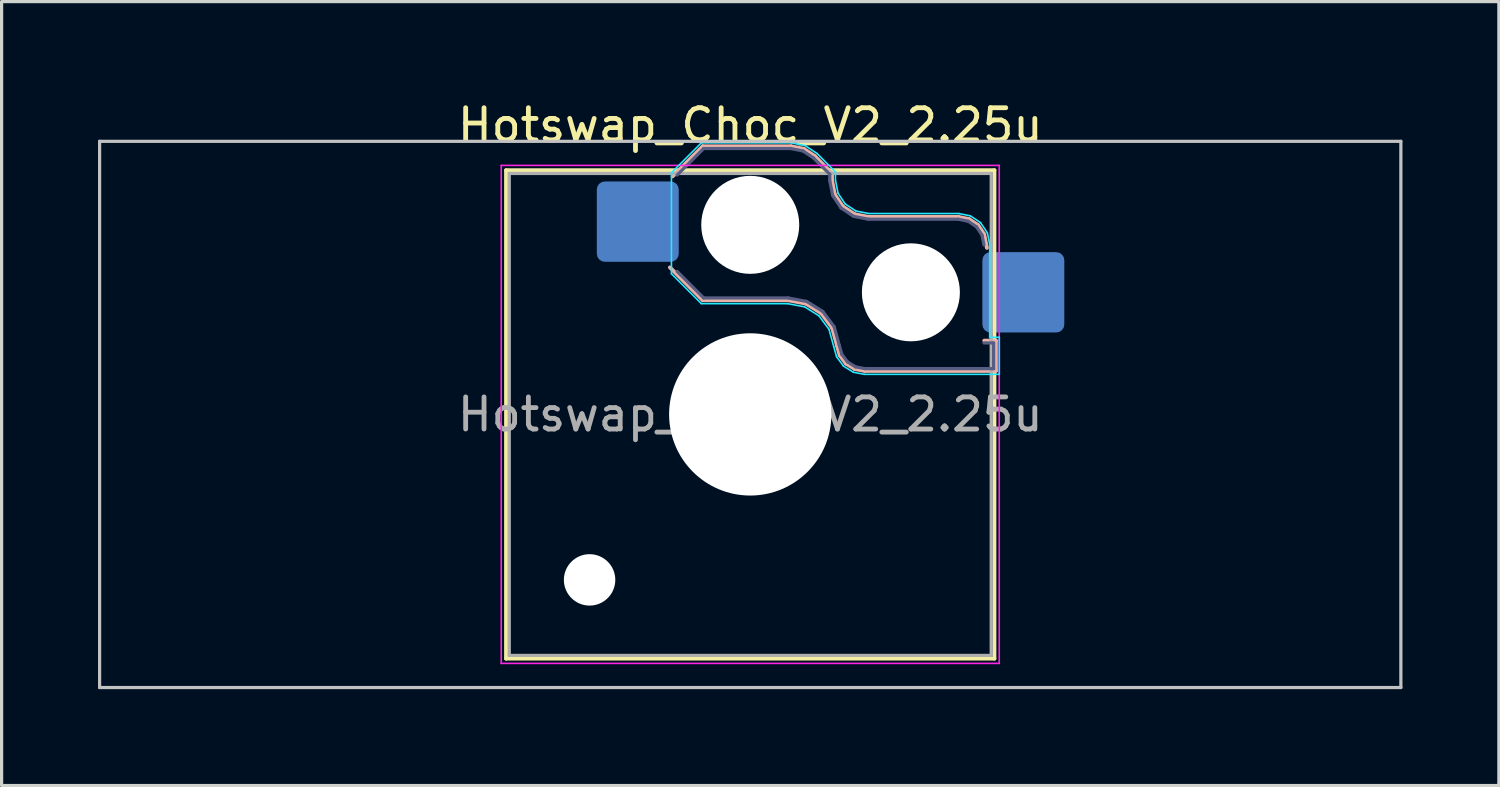
<source format=kicad_pcb>
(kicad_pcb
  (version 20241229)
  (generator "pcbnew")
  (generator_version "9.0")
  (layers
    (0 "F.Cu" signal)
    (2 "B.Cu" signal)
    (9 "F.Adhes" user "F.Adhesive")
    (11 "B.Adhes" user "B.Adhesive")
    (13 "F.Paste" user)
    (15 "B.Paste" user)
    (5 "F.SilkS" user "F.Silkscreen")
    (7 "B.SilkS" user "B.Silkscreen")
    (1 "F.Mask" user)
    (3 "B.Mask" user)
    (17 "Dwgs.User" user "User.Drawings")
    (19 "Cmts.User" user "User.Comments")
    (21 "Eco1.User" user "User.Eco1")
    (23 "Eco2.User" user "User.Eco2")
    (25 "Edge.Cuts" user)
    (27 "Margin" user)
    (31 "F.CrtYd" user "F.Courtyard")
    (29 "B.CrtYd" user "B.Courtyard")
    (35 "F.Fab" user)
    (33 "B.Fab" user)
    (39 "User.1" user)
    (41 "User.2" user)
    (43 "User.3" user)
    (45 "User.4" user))
  (footprint "Hotswap_Choc_V2_2.25u"
    (layer "F.Cu")
    (at 20.3 9.848)
    (property "Reference" "Hotswap_Choc_V2_2.25u" (at 0 -9 0) (layer "F.SilkS") (effects (font (size 1 1) (thickness 0.15))))
    (attr smd)
    (fp_line (start -7.6 -7.6) (end -7.6 7.6) (stroke (width 0.12) (type solid)) (layer "F.SilkS"))
    (fp_line (start -7.6 7.6) (end 7.6 7.6) (stroke (width 0.12) (type solid)) (layer "F.SilkS"))
    (fp_line (start 7.6 -7.6) (end -7.6 -7.6) (stroke (width 0.12) (type solid)) (layer "F.SilkS"))
    (fp_line (start 7.6 7.6) (end 7.6 -7.6) (stroke (width 0.12) (type solid)) (layer "F.SilkS"))
    (fp_line (start -2.416 -7.409) (end -1.479 -8.346) (stroke (width 0.12) (type solid)) (layer "B.SilkS"))
    (fp_line (start -1.479 -8.346) (end 1.268 -8.346) (stroke (width 0.12) (type solid)) (layer "B.SilkS"))
    (fp_line (start -1.479 -3.554) (end -2.5 -4.575) (stroke (width 0.12) (type solid)) (layer "B.SilkS"))
    (fp_line (start 1.168 -3.554) (end -1.479 -3.554) (stroke (width 0.12) (type solid)) (layer "B.SilkS"))
    (fp_line (start 1.268 -8.346) (end 1.671 -8.266) (stroke (width 0.12) (type solid)) (layer "B.SilkS"))
    (fp_line (start 1.671 -8.266) (end 2.013 -8.037) (stroke (width 0.12) (type solid)) (layer "B.SilkS"))
    (fp_line (start 1.73 -3.449) (end 1.168 -3.554) (stroke (width 0.12) (type solid)) (layer "B.SilkS"))
    (fp_line (start 2.013 -8.037) (end 2.546 -7.504) (stroke (width 0.12) (type solid)) (layer "B.SilkS"))
    (fp_line (start 2.209 -3.15) (end 1.73 -3.449) (stroke (width 0.12) (type solid)) (layer "B.SilkS"))
    (fp_line (start 2.546 -7.504) (end 2.546 -7.282) (stroke (width 0.12) (type solid)) (layer "B.SilkS"))
    (fp_line (start 2.546 -7.282) (end 2.633 -6.844) (stroke (width 0.12) (type solid)) (layer "B.SilkS"))
    (fp_line (start 2.547 -2.697) (end 2.209 -3.15) (stroke (width 0.12) (type solid)) (layer "B.SilkS"))
    (fp_line (start 2.633 -6.844) (end 2.877 -6.477) (stroke (width 0.12) (type solid)) (layer "B.SilkS"))
    (fp_line (start 2.701 -2.139) (end 2.547 -2.697) (stroke (width 0.12) (type solid)) (layer "B.SilkS"))
    (fp_line (start 2.783 -1.841) (end 2.701 -2.139) (stroke (width 0.12) (type solid)) (layer "B.SilkS"))
    (fp_line (start 2.877 -6.477) (end 3.244 -6.233) (stroke (width 0.12) (type solid)) (layer "B.SilkS"))
    (fp_line (start 2.976 -1.583) (end 2.783 -1.841) (stroke (width 0.12) (type solid)) (layer "B.SilkS"))
    (fp_line (start 3.244 -6.233) (end 3.682 -6.146) (stroke (width 0.12) (type solid)) (layer "B.SilkS"))
    (fp_line (start 3.25 -1.413) (end 2.976 -1.583) (stroke (width 0.12) (type solid)) (layer "B.SilkS"))
    (fp_line (start 3.56 -1.354) (end 3.25 -1.413) (stroke (width 0.12) (type solid)) (layer "B.SilkS"))
    (fp_line (start 3.682 -6.146) (end 6.482 -6.146) (stroke (width 0.12) (type solid)) (layer "B.SilkS"))
    (fp_line (start 6.482 -6.146) (end 6.809 -6.081) (stroke (width 0.12) (type solid)) (layer "B.SilkS"))
    (fp_line (start 6.809 -6.081) (end 7.092 -5.892) (stroke (width 0.12) (type solid)) (layer "B.SilkS"))
    (fp_line (start 7.092 -5.892) (end 7.281 -5.609) (stroke (width 0.12) (type solid)) (layer "B.SilkS"))
    (fp_line (start 7.281 -5.609) (end 7.366 -5.182) (stroke (width 0.12) (type solid)) (layer "B.SilkS"))
    (fp_line (start 7.283 -2.296) (end 7.646 -2.296) (stroke (width 0.12) (type solid)) (layer "B.SilkS"))
    (fp_line (start 7.646 -2.296) (end 7.646 -1.354) (stroke (width 0.12) (type solid)) (layer "B.SilkS"))
    (fp_line (start 7.646 -1.354) (end 3.56 -1.354) (stroke (width 0.12) (type solid)) (layer "B.SilkS"))
    (fp_line (start -20.25 -8.5) (end -20.25 8.5) (stroke (width 0.1) (type solid)) (layer "Dwgs.User"))
    (fp_line (start -20.25 8.5) (end 20.25 8.5) (stroke (width 0.1) (type solid)) (layer "Dwgs.User"))
    (fp_line (start 20.25 -8.5) (end -20.25 -8.5) (stroke (width 0.1) (type solid)) (layer "Dwgs.User"))
    (fp_line (start 20.25 8.5) (end 20.25 -8.5) (stroke (width 0.1) (type solid)) (layer "Dwgs.User"))
    (fp_line (start -7.25 -7.25) (end -7.25 7.25) (stroke (width 0.1) (type solid)) (layer "Eco1.User"))
    (fp_line (start -7.25 7.25) (end 7.25 7.25) (stroke (width 0.1) (type solid)) (layer "Eco1.User"))
    (fp_line (start 7.25 -7.25) (end -7.25 -7.25) (stroke (width 0.1) (type solid)) (layer "Eco1.User"))
    (fp_line (start 7.25 7.25) (end 7.25 -7.25) (stroke (width 0.1) (type solid)) (layer "Eco1.User"))
    (fp_line (start -2.452 -7.523) (end -1.523 -8.452) (stroke (width 0.05) (type solid)) (layer "B.CrtYd"))
    (fp_line (start -2.452 -4.377) (end -2.452 -7.523) (stroke (width 0.05) (type solid)) (layer "B.CrtYd"))
    (fp_line (start -1.523 -8.452) (end 1.278 -8.452) (stroke (width 0.05) (type solid)) (layer "B.CrtYd"))
    (fp_line (start -1.523 -3.448) (end -2.452 -4.377) (stroke (width 0.05) (type solid)) (layer "B.CrtYd"))
    (fp_line (start 1.159 -3.448) (end -1.523 -3.448) (stroke (width 0.05) (type solid)) (layer "B.CrtYd"))
    (fp_line (start 1.278 -8.452) (end 1.712 -8.366) (stroke (width 0.05) (type solid)) (layer "B.CrtYd"))
    (fp_line (start 1.691 -3.348) (end 1.159 -3.448) (stroke (width 0.05) (type solid)) (layer "B.CrtYd"))
    (fp_line (start 1.712 -8.366) (end 2.081 -8.119) (stroke (width 0.05) (type solid)) (layer "B.CrtYd"))
    (fp_line (start 2.081 -8.119) (end 2.652 -7.548) (stroke (width 0.05) (type solid)) (layer "B.CrtYd"))
    (fp_line (start 2.136 -3.071) (end 1.691 -3.348) (stroke (width 0.05) (type solid)) (layer "B.CrtYd"))
    (fp_line (start 2.45 -2.65) (end 2.136 -3.071) (stroke (width 0.05) (type solid)) (layer "B.CrtYd"))
    (fp_line (start 2.599 -2.111) (end 2.45 -2.65) (stroke (width 0.05) (type solid)) (layer "B.CrtYd"))
    (fp_line (start 2.652 -7.548) (end 2.652 -7.292) (stroke (width 0.05) (type solid)) (layer "B.CrtYd"))
    (fp_line (start 2.652 -7.292) (end 2.733 -6.885) (stroke (width 0.05) (type solid)) (layer "B.CrtYd"))
    (fp_line (start 2.687 -1.794) (end 2.599 -2.111) (stroke (width 0.05) (type solid)) (layer "B.CrtYd"))
    (fp_line (start 2.733 -6.885) (end 2.953 -6.553) (stroke (width 0.05) (type solid)) (layer "B.CrtYd"))
    (fp_line (start 2.903 -1.503) (end 2.687 -1.794) (stroke (width 0.05) (type solid)) (layer "B.CrtYd"))
    (fp_line (start 2.953 -6.553) (end 3.285 -6.333) (stroke (width 0.05) (type solid)) (layer "B.CrtYd"))
    (fp_line (start 3.211 -1.312) (end 2.903 -1.503) (stroke (width 0.05) (type solid)) (layer "B.CrtYd"))
    (fp_line (start 3.285 -6.333) (end 3.692 -6.252) (stroke (width 0.05) (type solid)) (layer "B.CrtYd"))
    (fp_line (start 3.55 -1.248) (end 3.211 -1.312) (stroke (width 0.05) (type solid)) (layer "B.CrtYd"))
    (fp_line (start 3.692 -6.252) (end 6.492 -6.252) (stroke (width 0.05) (type solid)) (layer "B.CrtYd"))
    (fp_line (start 6.492 -6.252) (end 6.85 -6.181) (stroke (width 0.05) (type solid)) (layer "B.CrtYd"))
    (fp_line (start 6.85 -6.181) (end 7.168 -5.968) (stroke (width 0.05) (type solid)) (layer "B.CrtYd"))
    (fp_line (start 7.168 -5.968) (end 7.381 -5.65) (stroke (width 0.05) (type solid)) (layer "B.CrtYd"))
    (fp_line (start 7.381 -5.65) (end 7.452 -5.292) (stroke (width 0.05) (type solid)) (layer "B.CrtYd"))
    (fp_line (start 7.452 -5.292) (end 7.452 -2.402) (stroke (width 0.05) (type solid)) (layer "B.CrtYd"))
    (fp_line (start 7.452 -2.402) (end 7.752 -2.402) (stroke (width 0.05) (type solid)) (layer "B.CrtYd"))
    (fp_line (start 7.752 -2.402) (end 7.752 -1.248) (stroke (width 0.05) (type solid)) (layer "B.CrtYd"))
    (fp_line (start 7.752 -1.248) (end 3.55 -1.248) (stroke (width 0.05) (type solid)) (layer "B.CrtYd"))
    (fp_line (start -7.75 -7.75) (end -7.75 7.75) (stroke (width 0.05) (type solid)) (layer "F.CrtYd"))
    (fp_line (start -7.75 7.75) (end 7.75 7.75) (stroke (width 0.05) (type solid)) (layer "F.CrtYd"))
    (fp_line (start 7.75 -7.75) (end -7.75 -7.75) (stroke (width 0.05) (type solid)) (layer "F.CrtYd"))
    (fp_line (start 7.75 7.75) (end 7.75 -7.75) (stroke (width 0.05) (type solid)) (layer "F.CrtYd"))
    (fp_line (start -2.275 -7.45) (end -1.45 -8.275) (stroke (width 0.1) (type solid)) (layer "B.Fab"))
    (fp_line (start -1.45 -8.275) (end 1.261 -8.275) (stroke (width 0.1) (type solid)) (layer "B.Fab"))
    (fp_line (start -1.45 -3.625) (end -2.275 -4.45) (stroke (width 0.1) (type solid)) (layer "B.Fab"))
    (fp_line (start 1.175 -3.625) (end -1.45 -3.625) (stroke (width 0.1) (type solid)) (layer "B.Fab"))
    (fp_line (start 1.261 -8.275) (end 1.643 -8.199) (stroke (width 0.1) (type solid)) (layer "B.Fab"))
    (fp_line (start 1.643 -8.199) (end 1.968 -7.982) (stroke (width 0.1) (type solid)) (layer "B.Fab"))
    (fp_line (start 1.756 -3.516) (end 1.175 -3.625) (stroke (width 0.1) (type solid)) (layer "B.Fab"))
    (fp_line (start 1.968 -7.982) (end 2.475 -7.475) (stroke (width 0.1) (type solid)) (layer "B.Fab"))
    (fp_line (start 2.258 -3.203) (end 1.756 -3.516) (stroke (width 0.1) (type solid)) (layer "B.Fab"))
    (fp_line (start 2.475 -7.475) (end 2.475 -7.275) (stroke (width 0.1) (type solid)) (layer "B.Fab"))
    (fp_line (start 2.475 -7.275) (end 2.566 -6.816) (stroke (width 0.1) (type solid)) (layer "B.Fab"))
    (fp_line (start 2.566 -6.816) (end 2.826 -6.426) (stroke (width 0.1) (type solid)) (layer "B.Fab"))
    (fp_line (start 2.612 -2.729) (end 2.258 -3.203) (stroke (width 0.1) (type solid)) (layer "B.Fab"))
    (fp_line (start 2.769 -2.158) (end 2.612 -2.729) (stroke (width 0.1) (type solid)) (layer "B.Fab"))
    (fp_line (start 2.826 -6.426) (end 3.216 -6.166) (stroke (width 0.1) (type solid)) (layer "B.Fab"))
    (fp_line (start 2.848 -1.873) (end 2.769 -2.158) (stroke (width 0.1) (type solid)) (layer "B.Fab"))
    (fp_line (start 3.025 -1.636) (end 2.848 -1.873) (stroke (width 0.1) (type solid)) (layer "B.Fab"))
    (fp_line (start 3.216 -6.166) (end 3.675 -6.075) (stroke (width 0.1) (type solid)) (layer "B.Fab"))
    (fp_line (start 3.276 -1.48) (end 3.025 -1.636) (stroke (width 0.1) (type solid)) (layer "B.Fab"))
    (fp_line (start 3.567 -1.425) (end 3.276 -1.48) (stroke (width 0.1) (type solid)) (layer "B.Fab"))
    (fp_line (start 3.675 -6.075) (end 6.475 -6.075) (stroke (width 0.1) (type solid)) (layer "B.Fab"))
    (fp_line (start 6.475 -6.075) (end 6.781 -6.014) (stroke (width 0.1) (type solid)) (layer "B.Fab"))
    (fp_line (start 6.781 -6.014) (end 7.041 -5.841) (stroke (width 0.1) (type solid)) (layer "B.Fab"))
    (fp_line (start 7.041 -5.841) (end 7.214 -5.581) (stroke (width 0.1) (type solid)) (layer "B.Fab"))
    (fp_line (start 7.214 -5.581) (end 7.275 -5.275) (stroke (width 0.1) (type solid)) (layer "B.Fab"))
    (fp_line (start 7.275 -2.225) (end 7.575 -2.225) (stroke (width 0.1) (type solid)) (layer "B.Fab"))
    (fp_line (start 7.575 -2.225) (end 7.575 -1.425) (stroke (width 0.1) (type solid)) (layer "B.Fab"))
    (fp_line (start 7.575 -1.425) (end 3.567 -1.425) (stroke (width 0.1) (type solid)) (layer "B.Fab"))
    (fp_line (start -7.5 -7.5) (end -7.5 7.5) (stroke (width 0.1) (type solid)) (layer "F.Fab"))
    (fp_line (start -7.5 7.5) (end 7.5 7.5) (stroke (width 0.1) (type solid)) (layer "F.Fab"))
    (fp_line (start 7.5 -7.5) (end -7.5 -7.5) (stroke (width 0.1) (type solid)) (layer "F.Fab"))
    (fp_line (start 7.5 7.5) (end 7.5 -7.5) (stroke (width 0.1) (type solid)) (layer "F.Fab"))
    (fp_text user "${REFERENCE}" (at 0 0 0) (layer "F.Fab") (effects (font (size 1 1) (thickness 0.15))))
    (pad "" np_thru_hole circle (at -5 5.15) (size 1.6 1.6) (drill 1.6) (layers "*.Cu" "*.Mask"))
    (pad "" np_thru_hole circle (at 0 -5.9) (size 3.05 3.05) (drill 3.05) (layers "*.Cu" "*.Mask"))
    (pad "" np_thru_hole circle (at 0 0) (size 5.05 5.05) (drill 5.05) (layers "*.Cu" "*.Mask"))
    (pad "" np_thru_hole circle (at 5 -3.8) (size 3.05 3.05) (drill 3.05) (layers "*.Cu" "*.Mask"))
    (pad "1" smd roundrect (at -3.5 -6) (size 2.55 2.5) (layers "B.Cu" "B.Mask" "B.Paste") (roundrect_rratio 0.1))
    (pad "2" smd roundrect (at 8.5 -3.8) (size 2.55 2.5) (layers "B.Cu" "B.Mask" "B.Paste") (roundrect_rratio 0.1)))
  (gr_rect
    (start -3 -3)
    (end 43.6 21.398)
    (stroke (width 0.1) (type default))
    (fill no)
    (layer "Edge.Cuts")))
</source>
